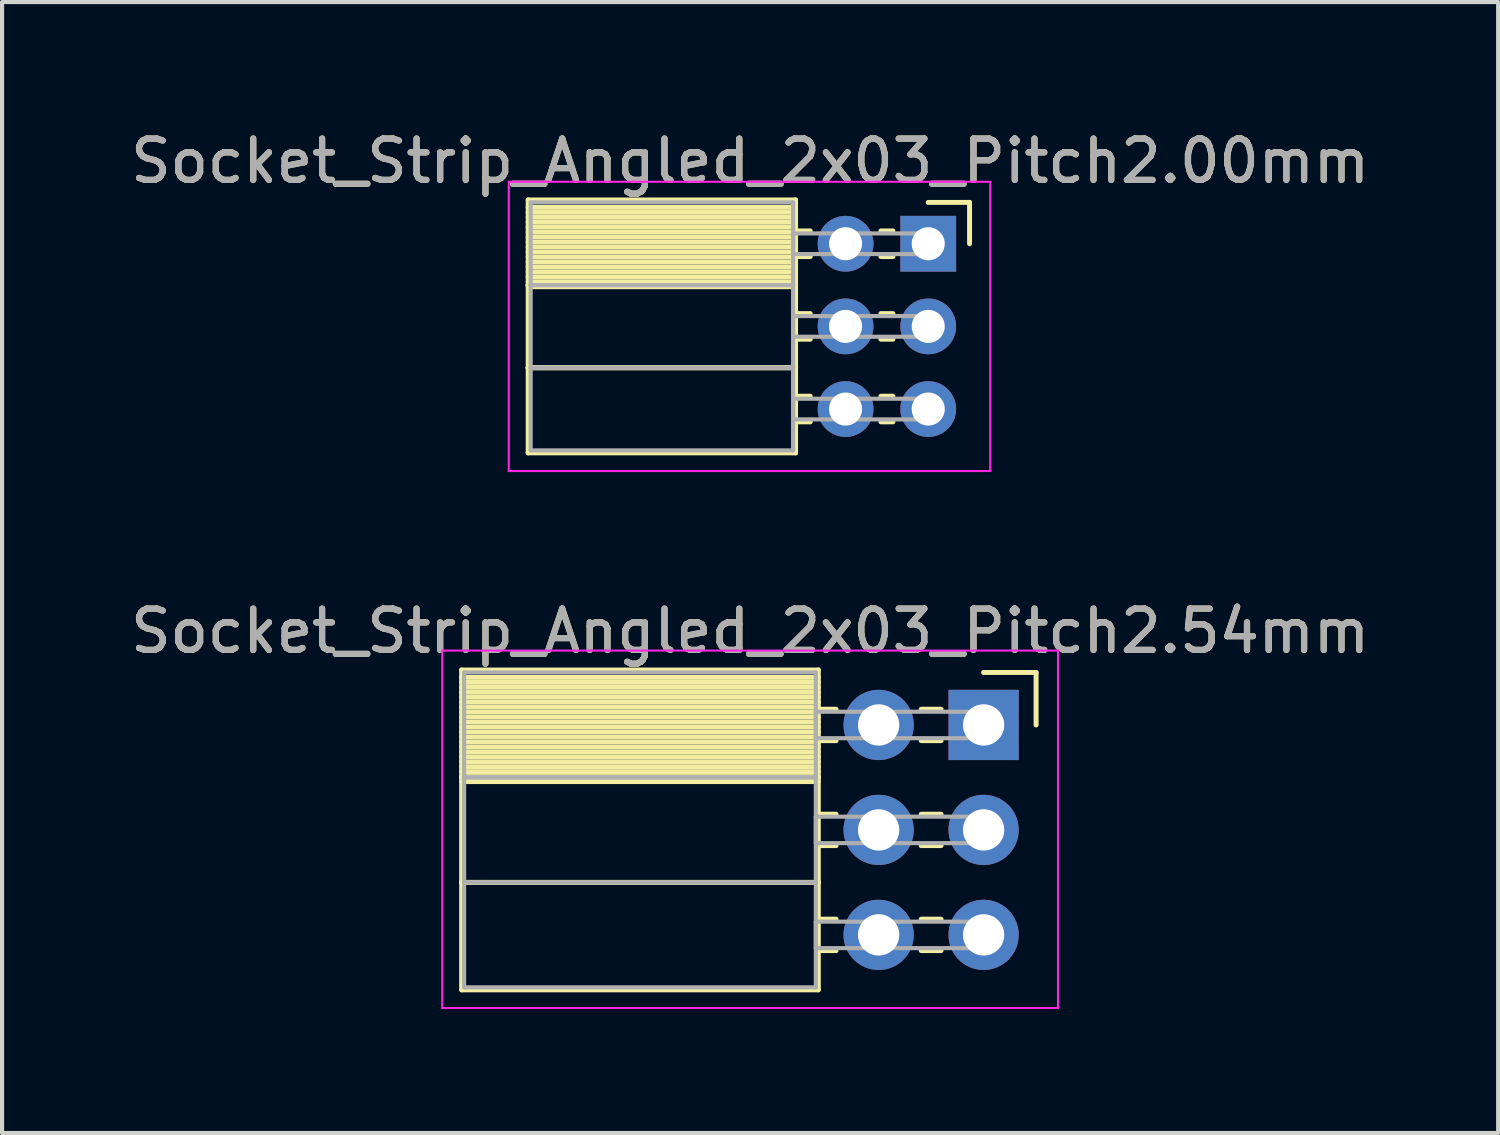
<source format=kicad_pcb>
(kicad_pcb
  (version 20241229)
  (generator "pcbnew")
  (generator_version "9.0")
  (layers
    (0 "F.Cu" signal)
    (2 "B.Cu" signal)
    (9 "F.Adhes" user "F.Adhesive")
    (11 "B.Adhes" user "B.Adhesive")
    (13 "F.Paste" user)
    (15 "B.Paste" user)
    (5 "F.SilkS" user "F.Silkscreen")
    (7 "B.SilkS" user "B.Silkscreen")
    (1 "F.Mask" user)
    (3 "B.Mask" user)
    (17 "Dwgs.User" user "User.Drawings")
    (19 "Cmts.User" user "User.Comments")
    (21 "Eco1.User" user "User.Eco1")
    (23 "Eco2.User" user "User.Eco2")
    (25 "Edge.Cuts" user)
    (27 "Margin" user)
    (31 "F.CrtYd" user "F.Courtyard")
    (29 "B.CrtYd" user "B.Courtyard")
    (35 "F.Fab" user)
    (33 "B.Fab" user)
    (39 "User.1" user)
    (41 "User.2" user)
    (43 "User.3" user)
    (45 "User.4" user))
  (footprint "Socket_Strip_Angled_2x03_Pitch2.00mm"
    (layer "F.Cu")
    (at 19.411 2.848)
    (property "Reference" "Socket_Strip_Angled_2x03_Pitch2.00mm" (at -4.31 -2 0) (layer "F.SilkS") (effects (font (size 1 1) (thickness 0.15))))
    (attr through_hole)
    (fp_line (start -9.68 -1.06) (end -3.21 -1.06) (stroke (width 0.12) (type solid)) (layer "F.SilkS"))
    (fp_line (start -9.68 1) (end -9.68 -1.06) (stroke (width 0.12) (type solid)) (layer "F.SilkS"))
    (fp_line (start -9.68 1) (end -3.21 1) (stroke (width 0.12) (type solid)) (layer "F.SilkS"))
    (fp_line (start -9.68 3) (end -9.68 1) (stroke (width 0.12) (type solid)) (layer "F.SilkS"))
    (fp_line (start -9.68 3) (end -3.21 3) (stroke (width 0.12) (type solid)) (layer "F.SilkS"))
    (fp_line (start -9.68 5.06) (end -9.68 3) (stroke (width 0.12) (type solid)) (layer "F.SilkS"))
    (fp_line (start -3.21 -1.06) (end -3.21 1) (stroke (width 0.12) (type solid)) (layer "F.SilkS"))
    (fp_line (start -3.21 -0.88) (end -9.68 -0.88) (stroke (width 0.12) (type solid)) (layer "F.SilkS"))
    (fp_line (start -3.21 -0.76) (end -9.68 -0.76) (stroke (width 0.12) (type solid)) (layer "F.SilkS"))
    (fp_line (start -3.21 -0.64) (end -9.68 -0.64) (stroke (width 0.12) (type solid)) (layer "F.SilkS"))
    (fp_line (start -3.21 -0.52) (end -9.68 -0.52) (stroke (width 0.12) (type solid)) (layer "F.SilkS"))
    (fp_line (start -3.21 -0.4) (end -9.68 -0.4) (stroke (width 0.12) (type solid)) (layer "F.SilkS"))
    (fp_line (start -3.21 -0.28) (end -9.68 -0.28) (stroke (width 0.12) (type solid)) (layer "F.SilkS"))
    (fp_line (start -3.21 -0.16) (end -9.68 -0.16) (stroke (width 0.12) (type solid)) (layer "F.SilkS"))
    (fp_line (start -3.21 -0.04) (end -9.68 -0.04) (stroke (width 0.12) (type solid)) (layer "F.SilkS"))
    (fp_line (start -3.21 0.08) (end -9.68 0.08) (stroke (width 0.12) (type solid)) (layer "F.SilkS"))
    (fp_line (start -3.21 0.2) (end -9.68 0.2) (stroke (width 0.12) (type solid)) (layer "F.SilkS"))
    (fp_line (start -3.21 0.32) (end -9.68 0.32) (stroke (width 0.12) (type solid)) (layer "F.SilkS"))
    (fp_line (start -3.21 0.44) (end -9.68 0.44) (stroke (width 0.12) (type solid)) (layer "F.SilkS"))
    (fp_line (start -3.21 0.56) (end -9.68 0.56) (stroke (width 0.12) (type solid)) (layer "F.SilkS"))
    (fp_line (start -3.21 0.68) (end -9.68 0.68) (stroke (width 0.12) (type solid)) (layer "F.SilkS"))
    (fp_line (start -3.21 0.8) (end -9.68 0.8) (stroke (width 0.12) (type solid)) (layer "F.SilkS"))
    (fp_line (start -3.21 0.92) (end -9.68 0.92) (stroke (width 0.12) (type solid)) (layer "F.SilkS"))
    (fp_line (start -3.21 1) (end -9.68 1) (stroke (width 0.12) (type solid)) (layer "F.SilkS"))
    (fp_line (start -3.21 1) (end -3.21 3) (stroke (width 0.12) (type solid)) (layer "F.SilkS"))
    (fp_line (start -3.21 1.04) (end -9.68 1.04) (stroke (width 0.12) (type solid)) (layer "F.SilkS"))
    (fp_line (start -3.21 3) (end -9.68 3) (stroke (width 0.12) (type solid)) (layer "F.SilkS"))
    (fp_line (start -3.21 3) (end -3.21 5.06) (stroke (width 0.12) (type solid)) (layer "F.SilkS"))
    (fp_line (start -3.21 5.06) (end -9.68 5.06) (stroke (width 0.12) (type solid)) (layer "F.SilkS"))
    (fp_line (start -2.855 -0.31) (end -3.21 -0.31) (stroke (width 0.12) (type solid)) (layer "F.SilkS"))
    (fp_line (start -2.855 0.31) (end -3.21 0.31) (stroke (width 0.12) (type solid)) (layer "F.SilkS"))
    (fp_line (start -2.855 1.69) (end -3.21 1.69) (stroke (width 0.12) (type solid)) (layer "F.SilkS"))
    (fp_line (start -2.855 2.31) (end -3.21 2.31) (stroke (width 0.12) (type solid)) (layer "F.SilkS"))
    (fp_line (start -2.855 3.69) (end -3.21 3.69) (stroke (width 0.12) (type solid)) (layer "F.SilkS"))
    (fp_line (start -2.855 4.31) (end -3.21 4.31) (stroke (width 0.12) (type solid)) (layer "F.SilkS"))
    (fp_line (start -0.855 -0.31) (end -1.145 -0.31) (stroke (width 0.12) (type solid)) (layer "F.SilkS"))
    (fp_line (start -0.855 0.31) (end -1.145 0.31) (stroke (width 0.12) (type solid)) (layer "F.SilkS"))
    (fp_line (start -0.855 1.69) (end -1.145 1.69) (stroke (width 0.12) (type solid)) (layer "F.SilkS"))
    (fp_line (start -0.855 2.31) (end -1.145 2.31) (stroke (width 0.12) (type solid)) (layer "F.SilkS"))
    (fp_line (start -0.855 3.69) (end -1.145 3.69) (stroke (width 0.12) (type solid)) (layer "F.SilkS"))
    (fp_line (start -0.855 4.31) (end -1.145 4.31) (stroke (width 0.12) (type solid)) (layer "F.SilkS"))
    (fp_line (start 0 -1) (end 1 -1) (stroke (width 0.12) (type solid)) (layer "F.SilkS"))
    (fp_line (start 1 -1) (end 1 0) (stroke (width 0.12) (type solid)) (layer "F.SilkS"))
    (fp_line (start -10.15 -1.5) (end 1.5 -1.5) (stroke (width 0.05) (type solid)) (layer "F.CrtYd"))
    (fp_line (start -10.15 5.5) (end -10.15 -1.5) (stroke (width 0.05) (type solid)) (layer "F.CrtYd"))
    (fp_line (start 1.5 -1.5) (end 1.5 5.5) (stroke (width 0.05) (type solid)) (layer "F.CrtYd"))
    (fp_line (start 1.5 5.5) (end -10.15 5.5) (stroke (width 0.05) (type solid)) (layer "F.CrtYd"))
    (fp_line (start -9.62 -1) (end -3.27 -1) (stroke (width 0.1) (type solid)) (layer "F.Fab"))
    (fp_line (start -9.62 1) (end -9.62 -1) (stroke (width 0.1) (type solid)) (layer "F.Fab"))
    (fp_line (start -9.62 1) (end -3.27 1) (stroke (width 0.1) (type solid)) (layer "F.Fab"))
    (fp_line (start -9.62 3) (end -9.62 1) (stroke (width 0.1) (type solid)) (layer "F.Fab"))
    (fp_line (start -9.62 3) (end -3.27 3) (stroke (width 0.1) (type solid)) (layer "F.Fab"))
    (fp_line (start -9.62 5) (end -9.62 3) (stroke (width 0.1) (type solid)) (layer "F.Fab"))
    (fp_line (start -3.27 -1) (end -3.27 1) (stroke (width 0.1) (type solid)) (layer "F.Fab"))
    (fp_line (start -3.27 -0.25) (end 0 -0.25) (stroke (width 0.1) (type solid)) (layer "F.Fab"))
    (fp_line (start -3.27 0.25) (end -3.27 -0.25) (stroke (width 0.1) (type solid)) (layer "F.Fab"))
    (fp_line (start -3.27 1) (end -9.62 1) (stroke (width 0.1) (type solid)) (layer "F.Fab"))
    (fp_line (start -3.27 1) (end -3.27 3) (stroke (width 0.1) (type solid)) (layer "F.Fab"))
    (fp_line (start -3.27 1.75) (end 0 1.75) (stroke (width 0.1) (type solid)) (layer "F.Fab"))
    (fp_line (start -3.27 2.25) (end -3.27 1.75) (stroke (width 0.1) (type solid)) (layer "F.Fab"))
    (fp_line (start -3.27 3) (end -9.62 3) (stroke (width 0.1) (type solid)) (layer "F.Fab"))
    (fp_line (start -3.27 3) (end -3.27 5) (stroke (width 0.1) (type solid)) (layer "F.Fab"))
    (fp_line (start -3.27 3.75) (end 0 3.75) (stroke (width 0.1) (type solid)) (layer "F.Fab"))
    (fp_line (start -3.27 4.25) (end -3.27 3.75) (stroke (width 0.1) (type solid)) (layer "F.Fab"))
    (fp_line (start -3.27 5) (end -9.62 5) (stroke (width 0.1) (type solid)) (layer "F.Fab"))
    (fp_line (start 0 -0.25) (end 0 0.25) (stroke (width 0.1) (type solid)) (layer "F.Fab"))
    (fp_line (start 0 0.25) (end -3.27 0.25) (stroke (width 0.1) (type solid)) (layer "F.Fab"))
    (fp_line (start 0 1.75) (end 0 2.25) (stroke (width 0.1) (type solid)) (layer "F.Fab"))
    (fp_line (start 0 2.25) (end -3.27 2.25) (stroke (width 0.1) (type solid)) (layer "F.Fab"))
    (fp_line (start 0 3.75) (end 0 4.25) (stroke (width 0.1) (type solid)) (layer "F.Fab"))
    (fp_line (start 0 4.25) (end -3.27 4.25) (stroke (width 0.1) (type solid)) (layer "F.Fab"))
    (fp_text user "${REFERENCE}" (at -4.31 -2 0) (layer "F.Fab") (effects (font (size 1 1) (thickness 0.15))))
    (pad "1" thru_hole rect (at 0 0) (size 1.35 1.35) (drill 0.8) (layers "*.Cu" "*.Mask"))
    (pad "2" thru_hole oval (at -2 0) (size 1.35 1.35) (drill 0.8) (layers "*.Cu" "*.Mask"))
    (pad "3" thru_hole oval (at 0 2) (size 1.35 1.35) (drill 0.8) (layers "*.Cu" "*.Mask"))
    (pad "4" thru_hole oval (at -2 2) (size 1.35 1.35) (drill 0.8) (layers "*.Cu" "*.Mask"))
    (pad "5" thru_hole oval (at 0 4) (size 1.35 1.35) (drill 0.8) (layers "*.Cu" "*.Mask"))
    (pad "6" thru_hole oval (at -2 4) (size 1.35 1.35) (drill 0.8) (layers "*.Cu" "*.Mask")))
  (footprint "Socket_Strip_Angled_2x03_Pitch2.54mm"
    (layer "F.Cu")
    (at 20.751 14.492)
    (property "Reference" "Socket_Strip_Angled_2x03_Pitch2.54mm" (at -5.65 -2.27 0) (layer "F.SilkS") (effects (font (size 1 1) (thickness 0.15))))
    (attr through_hole)
    (fp_line (start -12.63 -1.33) (end -4 -1.33) (stroke (width 0.12) (type solid)) (layer "F.SilkS"))
    (fp_line (start -12.63 1.27) (end -12.63 -1.33) (stroke (width 0.12) (type solid)) (layer "F.SilkS"))
    (fp_line (start -12.63 1.27) (end -4 1.27) (stroke (width 0.12) (type solid)) (layer "F.SilkS"))
    (fp_line (start -12.63 3.81) (end -12.63 1.27) (stroke (width 0.12) (type solid)) (layer "F.SilkS"))
    (fp_line (start -12.63 3.81) (end -4 3.81) (stroke (width 0.12) (type solid)) (layer "F.SilkS"))
    (fp_line (start -12.63 6.41) (end -12.63 3.81) (stroke (width 0.12) (type solid)) (layer "F.SilkS"))
    (fp_line (start -4 -1.33) (end -4 1.27) (stroke (width 0.12) (type solid)) (layer "F.SilkS"))
    (fp_line (start -4 -1.15) (end -12.63 -1.15) (stroke (width 0.12) (type solid)) (layer "F.SilkS"))
    (fp_line (start -4 -1.03) (end -12.63 -1.03) (stroke (width 0.12) (type solid)) (layer "F.SilkS"))
    (fp_line (start -4 -0.91) (end -12.63 -0.91) (stroke (width 0.12) (type solid)) (layer "F.SilkS"))
    (fp_line (start -4 -0.79) (end -12.63 -0.79) (stroke (width 0.12) (type solid)) (layer "F.SilkS"))
    (fp_line (start -4 -0.67) (end -12.63 -0.67) (stroke (width 0.12) (type solid)) (layer "F.SilkS"))
    (fp_line (start -4 -0.55) (end -12.63 -0.55) (stroke (width 0.12) (type solid)) (layer "F.SilkS"))
    (fp_line (start -4 -0.43) (end -12.63 -0.43) (stroke (width 0.12) (type solid)) (layer "F.SilkS"))
    (fp_line (start -4 -0.31) (end -12.63 -0.31) (stroke (width 0.12) (type solid)) (layer "F.SilkS"))
    (fp_line (start -4 -0.19) (end -12.63 -0.19) (stroke (width 0.12) (type solid)) (layer "F.SilkS"))
    (fp_line (start -4 -0.07) (end -12.63 -0.07) (stroke (width 0.12) (type solid)) (layer "F.SilkS"))
    (fp_line (start -4 0.05) (end -12.63 0.05) (stroke (width 0.12) (type solid)) (layer "F.SilkS"))
    (fp_line (start -4 0.17) (end -12.63 0.17) (stroke (width 0.12) (type solid)) (layer "F.SilkS"))
    (fp_line (start -4 0.29) (end -12.63 0.29) (stroke (width 0.12) (type solid)) (layer "F.SilkS"))
    (fp_line (start -4 0.41) (end -12.63 0.41) (stroke (width 0.12) (type solid)) (layer "F.SilkS"))
    (fp_line (start -4 0.53) (end -12.63 0.53) (stroke (width 0.12) (type solid)) (layer "F.SilkS"))
    (fp_line (start -4 0.65) (end -12.63 0.65) (stroke (width 0.12) (type solid)) (layer "F.SilkS"))
    (fp_line (start -4 0.77) (end -12.63 0.77) (stroke (width 0.12) (type solid)) (layer "F.SilkS"))
    (fp_line (start -4 0.89) (end -12.63 0.89) (stroke (width 0.12) (type solid)) (layer "F.SilkS"))
    (fp_line (start -4 1.01) (end -12.63 1.01) (stroke (width 0.12) (type solid)) (layer "F.SilkS"))
    (fp_line (start -4 1.13) (end -12.63 1.13) (stroke (width 0.12) (type solid)) (layer "F.SilkS"))
    (fp_line (start -4 1.25) (end -12.63 1.25) (stroke (width 0.12) (type solid)) (layer "F.SilkS"))
    (fp_line (start -4 1.27) (end -12.63 1.27) (stroke (width 0.12) (type solid)) (layer "F.SilkS"))
    (fp_line (start -4 1.27) (end -4 3.81) (stroke (width 0.12) (type solid)) (layer "F.SilkS"))
    (fp_line (start -4 1.37) (end -12.63 1.37) (stroke (width 0.12) (type solid)) (layer "F.SilkS"))
    (fp_line (start -4 3.81) (end -12.63 3.81) (stroke (width 0.12) (type solid)) (layer "F.SilkS"))
    (fp_line (start -4 3.81) (end -4 6.41) (stroke (width 0.12) (type solid)) (layer "F.SilkS"))
    (fp_line (start -4 6.41) (end -12.63 6.41) (stroke (width 0.12) (type solid)) (layer "F.SilkS"))
    (fp_line (start -3.57 -0.38) (end -4 -0.38) (stroke (width 0.12) (type solid)) (layer "F.SilkS"))
    (fp_line (start -3.57 0.38) (end -4 0.38) (stroke (width 0.12) (type solid)) (layer "F.SilkS"))
    (fp_line (start -3.57 2.16) (end -4 2.16) (stroke (width 0.12) (type solid)) (layer "F.SilkS"))
    (fp_line (start -3.57 2.92) (end -4 2.92) (stroke (width 0.12) (type solid)) (layer "F.SilkS"))
    (fp_line (start -3.57 4.7) (end -4 4.7) (stroke (width 0.12) (type solid)) (layer "F.SilkS"))
    (fp_line (start -3.57 5.46) (end -4 5.46) (stroke (width 0.12) (type solid)) (layer "F.SilkS"))
    (fp_line (start -1.03 -0.38) (end -1.51 -0.38) (stroke (width 0.12) (type solid)) (layer "F.SilkS"))
    (fp_line (start -1.03 0.38) (end -1.51 0.38) (stroke (width 0.12) (type solid)) (layer "F.SilkS"))
    (fp_line (start -1.03 2.16) (end -1.51 2.16) (stroke (width 0.12) (type solid)) (layer "F.SilkS"))
    (fp_line (start -1.03 2.92) (end -1.51 2.92) (stroke (width 0.12) (type solid)) (layer "F.SilkS"))
    (fp_line (start -1.03 4.7) (end -1.51 4.7) (stroke (width 0.12) (type solid)) (layer "F.SilkS"))
    (fp_line (start -1.03 5.46) (end -1.51 5.46) (stroke (width 0.12) (type solid)) (layer "F.SilkS"))
    (fp_line (start 0 -1.27) (end 1.27 -1.27) (stroke (width 0.12) (type solid)) (layer "F.SilkS"))
    (fp_line (start 1.27 -1.27) (end 1.27 0) (stroke (width 0.12) (type solid)) (layer "F.SilkS"))
    (fp_line (start -13.1 -1.8) (end 1.8 -1.8) (stroke (width 0.05) (type solid)) (layer "F.CrtYd"))
    (fp_line (start -13.1 6.85) (end -13.1 -1.8) (stroke (width 0.05) (type solid)) (layer "F.CrtYd"))
    (fp_line (start 1.8 -1.8) (end 1.8 6.85) (stroke (width 0.05) (type solid)) (layer "F.CrtYd"))
    (fp_line (start 1.8 6.85) (end -13.1 6.85) (stroke (width 0.05) (type solid)) (layer "F.CrtYd"))
    (fp_line (start -12.57 -1.27) (end -4.06 -1.27) (stroke (width 0.1) (type solid)) (layer "F.Fab"))
    (fp_line (start -12.57 1.27) (end -12.57 -1.27) (stroke (width 0.1) (type solid)) (layer "F.Fab"))
    (fp_line (start -12.57 1.27) (end -4.06 1.27) (stroke (width 0.1) (type solid)) (layer "F.Fab"))
    (fp_line (start -12.57 3.81) (end -12.57 1.27) (stroke (width 0.1) (type solid)) (layer "F.Fab"))
    (fp_line (start -12.57 3.81) (end -4.06 3.81) (stroke (width 0.1) (type solid)) (layer "F.Fab"))
    (fp_line (start -12.57 6.35) (end -12.57 3.81) (stroke (width 0.1) (type solid)) (layer "F.Fab"))
    (fp_line (start -4.06 -1.27) (end -4.06 1.27) (stroke (width 0.1) (type solid)) (layer "F.Fab"))
    (fp_line (start -4.06 -0.32) (end 0 -0.32) (stroke (width 0.1) (type solid)) (layer "F.Fab"))
    (fp_line (start -4.06 0.32) (end -4.06 -0.32) (stroke (width 0.1) (type solid)) (layer "F.Fab"))
    (fp_line (start -4.06 1.27) (end -12.57 1.27) (stroke (width 0.1) (type solid)) (layer "F.Fab"))
    (fp_line (start -4.06 1.27) (end -4.06 3.81) (stroke (width 0.1) (type solid)) (layer "F.Fab"))
    (fp_line (start -4.06 2.22) (end 0 2.22) (stroke (width 0.1) (type solid)) (layer "F.Fab"))
    (fp_line (start -4.06 2.86) (end -4.06 2.22) (stroke (width 0.1) (type solid)) (layer "F.Fab"))
    (fp_line (start -4.06 3.81) (end -12.57 3.81) (stroke (width 0.1) (type solid)) (layer "F.Fab"))
    (fp_line (start -4.06 3.81) (end -4.06 6.35) (stroke (width 0.1) (type solid)) (layer "F.Fab"))
    (fp_line (start -4.06 4.76) (end 0 4.76) (stroke (width 0.1) (type solid)) (layer "F.Fab"))
    (fp_line (start -4.06 5.4) (end -4.06 4.76) (stroke (width 0.1) (type solid)) (layer "F.Fab"))
    (fp_line (start -4.06 6.35) (end -12.57 6.35) (stroke (width 0.1) (type solid)) (layer "F.Fab"))
    (fp_line (start 0 -0.32) (end 0 0.32) (stroke (width 0.1) (type solid)) (layer "F.Fab"))
    (fp_line (start 0 0.32) (end -4.06 0.32) (stroke (width 0.1) (type solid)) (layer "F.Fab"))
    (fp_line (start 0 2.22) (end 0 2.86) (stroke (width 0.1) (type solid)) (layer "F.Fab"))
    (fp_line (start 0 2.86) (end -4.06 2.86) (stroke (width 0.1) (type solid)) (layer "F.Fab"))
    (fp_line (start 0 4.76) (end 0 5.4) (stroke (width 0.1) (type solid)) (layer "F.Fab"))
    (fp_line (start 0 5.4) (end -4.06 5.4) (stroke (width 0.1) (type solid)) (layer "F.Fab"))
    (fp_text user "${REFERENCE}" (at -5.65 -2.27 0) (layer "F.Fab") (effects (font (size 1 1) (thickness 0.15))))
    (pad "1" thru_hole rect (at 0 0) (size 1.7 1.7) (drill 1) (layers "*.Cu" "*.Mask"))
    (pad "2" thru_hole oval (at -2.54 0) (size 1.7 1.7) (drill 1) (layers "*.Cu" "*.Mask"))
    (pad "3" thru_hole oval (at 0 2.54) (size 1.7 1.7) (drill 1) (layers "*.Cu" "*.Mask"))
    (pad "4" thru_hole oval (at -2.54 2.54) (size 1.7 1.7) (drill 1) (layers "*.Cu" "*.Mask"))
    (pad "5" thru_hole oval (at 0 5.08) (size 1.7 1.7) (drill 1) (layers "*.Cu" "*.Mask"))
    (pad "6" thru_hole oval (at -2.54 5.08) (size 1.7 1.7) (drill 1) (layers "*.Cu" "*.Mask")))
  (gr_rect
    (start -3 -3)
    (end 33.202 24.366)
    (stroke (width 0.1) (type default))
    (fill no)
    (layer "Edge.Cuts")))
</source>
